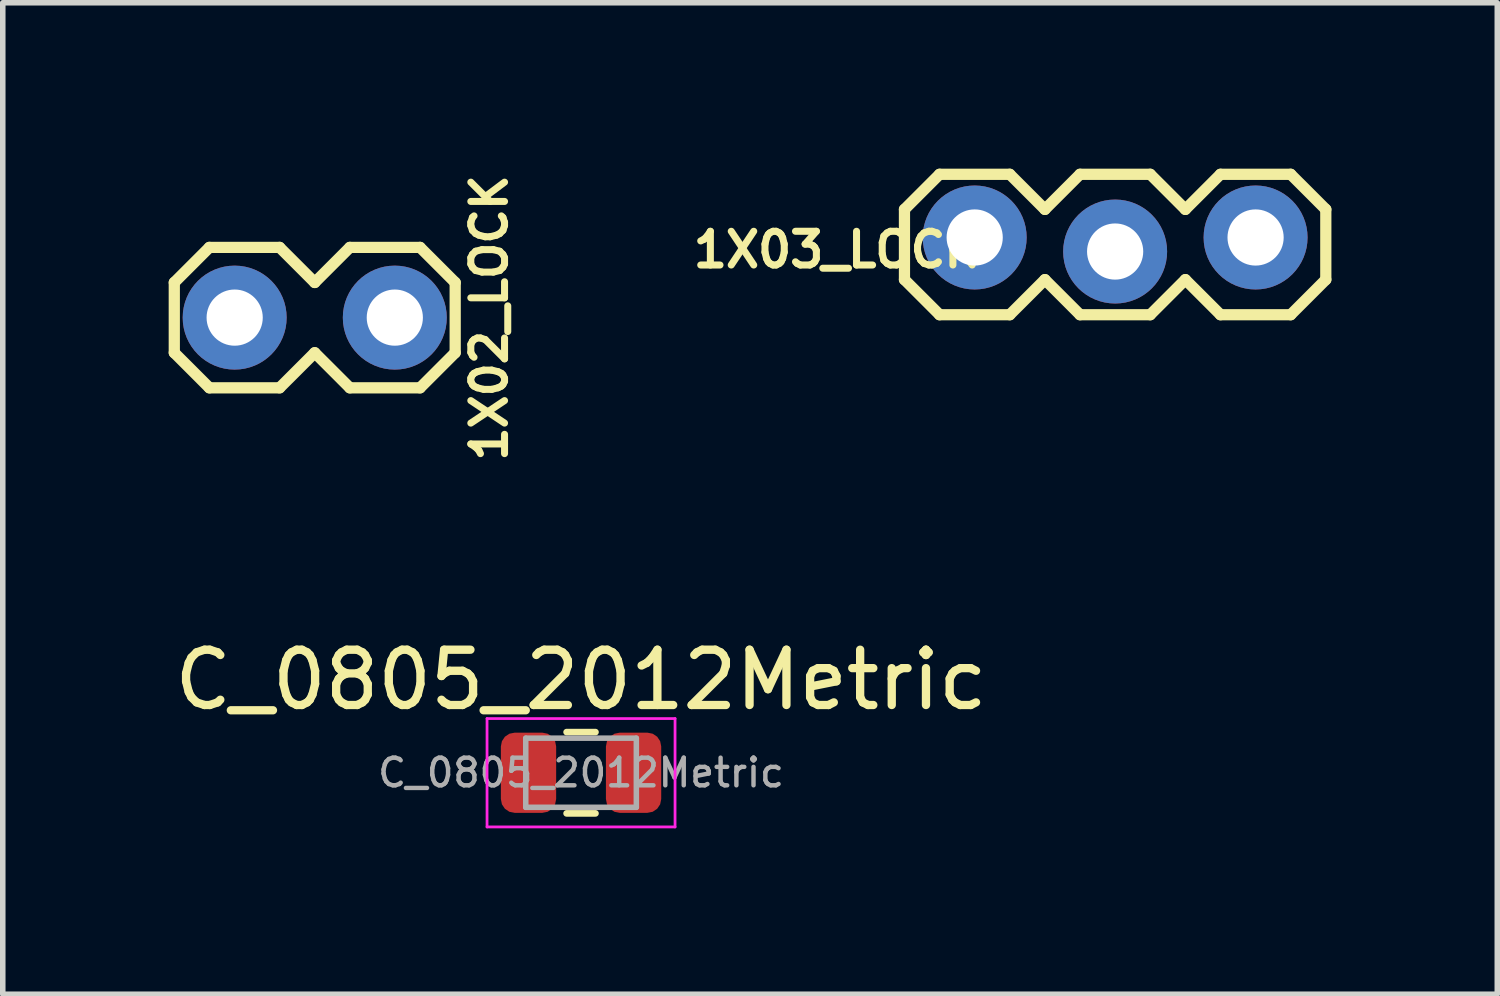
<source format=kicad_pcb>
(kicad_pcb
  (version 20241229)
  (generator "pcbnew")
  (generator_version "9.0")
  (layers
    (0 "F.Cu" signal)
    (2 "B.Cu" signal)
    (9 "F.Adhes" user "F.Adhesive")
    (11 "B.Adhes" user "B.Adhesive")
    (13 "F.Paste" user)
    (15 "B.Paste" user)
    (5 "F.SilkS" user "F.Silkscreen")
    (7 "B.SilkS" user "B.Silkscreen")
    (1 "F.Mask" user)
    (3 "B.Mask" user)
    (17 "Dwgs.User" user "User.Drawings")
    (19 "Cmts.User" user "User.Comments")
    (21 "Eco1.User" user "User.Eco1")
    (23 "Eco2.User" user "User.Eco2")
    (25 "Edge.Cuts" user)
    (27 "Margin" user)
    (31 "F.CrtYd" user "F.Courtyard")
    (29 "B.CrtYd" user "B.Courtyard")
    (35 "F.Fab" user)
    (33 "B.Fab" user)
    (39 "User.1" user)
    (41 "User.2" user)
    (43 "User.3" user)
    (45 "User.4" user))
  (footprint "1X03_LOCK"
    (layer "F.Cu")
    (at 14.577 1.372)
    (property "Reference" "1X03_LOCK" (at -2.5 0.095 0) (layer "F.SilkS") (effects (font (size 0.61 0.61) (thickness 0.127))))
    (attr exclude_from_pos_files)
    (fp_line (start -1.27 -0.635) (end -1.27 0.635) (stroke (width 0.203) (type solid)) (layer "F.SilkS"))
    (fp_line (start -1.27 0.635) (end -0.635 1.27) (stroke (width 0.203) (type solid)) (layer "F.SilkS"))
    (fp_line (start -0.635 -1.27) (end -1.27 -0.635) (stroke (width 0.203) (type solid)) (layer "F.SilkS"))
    (fp_line (start -0.635 -1.27) (end 0.635 -1.27) (stroke (width 0.203) (type solid)) (layer "F.SilkS"))
    (fp_line (start 0.635 -1.27) (end 1.27 -0.635) (stroke (width 0.203) (type solid)) (layer "F.SilkS"))
    (fp_line (start 0.635 1.27) (end -0.635 1.27) (stroke (width 0.203) (type solid)) (layer "F.SilkS"))
    (fp_line (start 1.27 -0.635) (end 1.905 -1.27) (stroke (width 0.203) (type solid)) (layer "F.SilkS"))
    (fp_line (start 1.27 0.635) (end 0.635 1.27) (stroke (width 0.203) (type solid)) (layer "F.SilkS"))
    (fp_line (start 1.905 -1.27) (end 3.175 -1.27) (stroke (width 0.203) (type solid)) (layer "F.SilkS"))
    (fp_line (start 1.905 1.27) (end 1.27 0.635) (stroke (width 0.203) (type solid)) (layer "F.SilkS"))
    (fp_line (start 3.175 -1.27) (end 3.81 -0.635) (stroke (width 0.203) (type solid)) (layer "F.SilkS"))
    (fp_line (start 3.175 1.27) (end 1.905 1.27) (stroke (width 0.203) (type solid)) (layer "F.SilkS"))
    (fp_line (start 3.81 -0.635) (end 4.445 -1.27) (stroke (width 0.203) (type solid)) (layer "F.SilkS"))
    (fp_line (start 3.81 0.635) (end 3.175 1.27) (stroke (width 0.203) (type solid)) (layer "F.SilkS"))
    (fp_line (start 4.445 -1.27) (end 5.715 -1.27) (stroke (width 0.203) (type solid)) (layer "F.SilkS"))
    (fp_line (start 4.445 1.27) (end 3.81 0.635) (stroke (width 0.203) (type solid)) (layer "F.SilkS"))
    (fp_line (start 5.715 -1.27) (end 6.35 -0.635) (stroke (width 0.203) (type solid)) (layer "F.SilkS"))
    (fp_line (start 5.715 1.27) (end 4.445 1.27) (stroke (width 0.203) (type solid)) (layer "F.SilkS"))
    (fp_line (start 6.35 -0.635) (end 6.35 0.635) (stroke (width 0.203) (type solid)) (layer "F.SilkS"))
    (fp_line (start 6.35 0.635) (end 5.715 1.27) (stroke (width 0.203) (type solid)) (layer "F.SilkS"))
    (fp_line (start -0.254 -0.254) (end 0.254 -0.254) (stroke (width 0.066) (type solid)) (layer "Dwgs.User"))
    (fp_line (start -0.254 0.254) (end -0.254 -0.254) (stroke (width 0.066) (type solid)) (layer "Dwgs.User"))
    (fp_line (start -0.254 0.254) (end 0.254 0.254) (stroke (width 0.066) (type solid)) (layer "Dwgs.User"))
    (fp_line (start 0.254 0.254) (end 0.254 -0.254) (stroke (width 0.066) (type solid)) (layer "Dwgs.User"))
    (fp_line (start 2.286 -0.254) (end 2.794 -0.254) (stroke (width 0.066) (type solid)) (layer "Dwgs.User"))
    (fp_line (start 2.286 0.254) (end 2.286 -0.254) (stroke (width 0.066) (type solid)) (layer "Dwgs.User"))
    (fp_line (start 2.286 0.254) (end 2.794 0.254) (stroke (width 0.066) (type solid)) (layer "Dwgs.User"))
    (fp_line (start 2.794 0.254) (end 2.794 -0.254) (stroke (width 0.066) (type solid)) (layer "Dwgs.User"))
    (fp_line (start 4.826 -0.254) (end 5.334 -0.254) (stroke (width 0.066) (type solid)) (layer "Dwgs.User"))
    (fp_line (start 4.826 0.254) (end 4.826 -0.254) (stroke (width 0.066) (type solid)) (layer "Dwgs.User"))
    (fp_line (start 4.826 0.254) (end 5.334 0.254) (stroke (width 0.066) (type solid)) (layer "Dwgs.User"))
    (fp_line (start 5.334 0.254) (end 5.334 -0.254) (stroke (width 0.066) (type solid)) (layer "Dwgs.User"))
    (pad "1" thru_hole circle (at 0 -0.127) (size 1.88 1.88) (drill 1.016) (layers "*.Cu" "*.Mask"))
    (pad "2" thru_hole circle (at 2.54 0.127) (size 1.88 1.88) (drill 1.016) (layers "*.Cu" "*.Mask"))
    (pad "3" thru_hole circle (at 5.08 -0.127) (size 1.88 1.88) (drill 1.016) (layers "*.Cu" "*.Mask")))
  (footprint "C_0805_2012Metric"
    (layer "F.Cu")
    (at 7.458 10.925)
    (property "Reference" "C_0805_2012Metric" (at 0 -1.68 180) (layer "F.SilkS") (effects (font (size 1 1) (thickness 0.15))))
    (attr smd)
    (fp_line (start -0.261 -0.735) (end 0.261 -0.735) (stroke (width 0.12) (type solid)) (layer "F.SilkS"))
    (fp_line (start -0.261 0.735) (end 0.261 0.735) (stroke (width 0.12) (type solid)) (layer "F.SilkS"))
    (fp_line (start -1.7 -0.98) (end 1.7 -0.98) (stroke (width 0.05) (type solid)) (layer "F.CrtYd"))
    (fp_line (start -1.7 0.98) (end -1.7 -0.98) (stroke (width 0.05) (type solid)) (layer "F.CrtYd"))
    (fp_line (start 1.7 -0.98) (end 1.7 0.98) (stroke (width 0.05) (type solid)) (layer "F.CrtYd"))
    (fp_line (start 1.7 0.98) (end -1.7 0.98) (stroke (width 0.05) (type solid)) (layer "F.CrtYd"))
    (fp_line (start -1 -0.625) (end 1 -0.625) (stroke (width 0.1) (type solid)) (layer "F.Fab"))
    (fp_line (start -1 0.625) (end -1 -0.625) (stroke (width 0.1) (type solid)) (layer "F.Fab"))
    (fp_line (start 1 -0.625) (end 1 0.625) (stroke (width 0.1) (type solid)) (layer "F.Fab"))
    (fp_line (start 1 0.625) (end -1 0.625) (stroke (width 0.1) (type solid)) (layer "F.Fab"))
    (fp_text user "${REFERENCE}" (at 0 0 180) (layer "F.Fab") (effects (font (size 0.5 0.5) (thickness 0.08))))
    (pad "1" smd roundrect (at -0.95 0) (size 1 1.45) (layers "F.Cu" "F.Mask" "F.Paste") (roundrect_rratio 0.25))
    (pad "2" smd roundrect (at 0.95 0) (size 1 1.45) (layers "F.Cu" "F.Mask" "F.Paste") (roundrect_rratio 0.25)))
  (footprint "1X02_LOCK"
    (layer "F.Cu")
    (at 1.372 2.694)
    (property "Reference" "1X02_LOCK" (at 4.427 0.005 90) (layer "F.SilkS") (effects (font (size 0.61 0.61) (thickness 0.127))))
    (attr exclude_from_pos_files)
    (fp_line (start -1.27 -0.635) (end -1.27 0.635) (stroke (width 0.203) (type solid)) (layer "F.SilkS"))
    (fp_line (start -1.27 0.635) (end -0.635 1.27) (stroke (width 0.203) (type solid)) (layer "F.SilkS"))
    (fp_line (start -0.635 -1.27) (end -1.27 -0.635) (stroke (width 0.203) (type solid)) (layer "F.SilkS"))
    (fp_line (start -0.635 -1.27) (end 0.635 -1.27) (stroke (width 0.203) (type solid)) (layer "F.SilkS"))
    (fp_line (start 0.635 -1.27) (end 1.27 -0.635) (stroke (width 0.203) (type solid)) (layer "F.SilkS"))
    (fp_line (start 0.635 1.27) (end -0.635 1.27) (stroke (width 0.203) (type solid)) (layer "F.SilkS"))
    (fp_line (start 1.27 -0.635) (end 1.905 -1.27) (stroke (width 0.203) (type solid)) (layer "F.SilkS"))
    (fp_line (start 1.27 0.635) (end 0.635 1.27) (stroke (width 0.203) (type solid)) (layer "F.SilkS"))
    (fp_line (start 1.905 -1.27) (end 3.175 -1.27) (stroke (width 0.203) (type solid)) (layer "F.SilkS"))
    (fp_line (start 1.905 1.27) (end 1.27 0.635) (stroke (width 0.203) (type solid)) (layer "F.SilkS"))
    (fp_line (start 3.175 -1.27) (end 3.81 -0.635) (stroke (width 0.203) (type solid)) (layer "F.SilkS"))
    (fp_line (start 3.175 1.27) (end 1.905 1.27) (stroke (width 0.203) (type solid)) (layer "F.SilkS"))
    (fp_line (start 3.81 -0.635) (end 3.81 0.635) (stroke (width 0.203) (type solid)) (layer "F.SilkS"))
    (fp_line (start 3.81 0.635) (end 3.175 1.27) (stroke (width 0.203) (type solid)) (layer "F.SilkS"))
    (pad "1" thru_hole circle (at -0.178 0) (size 1.88 1.88) (drill 1.016) (layers "*.Cu" "*.Mask"))
    (pad "2" thru_hole circle (at 2.718 0) (size 1.88 1.88) (drill 1.016) (layers "*.Cu" "*.Mask")))
  (gr_rect
    (start -3 -3)
    (end 24.028 14.93)
    (stroke (width 0.1) (type default))
    (fill no)
    (layer "Edge.Cuts")))
</source>
